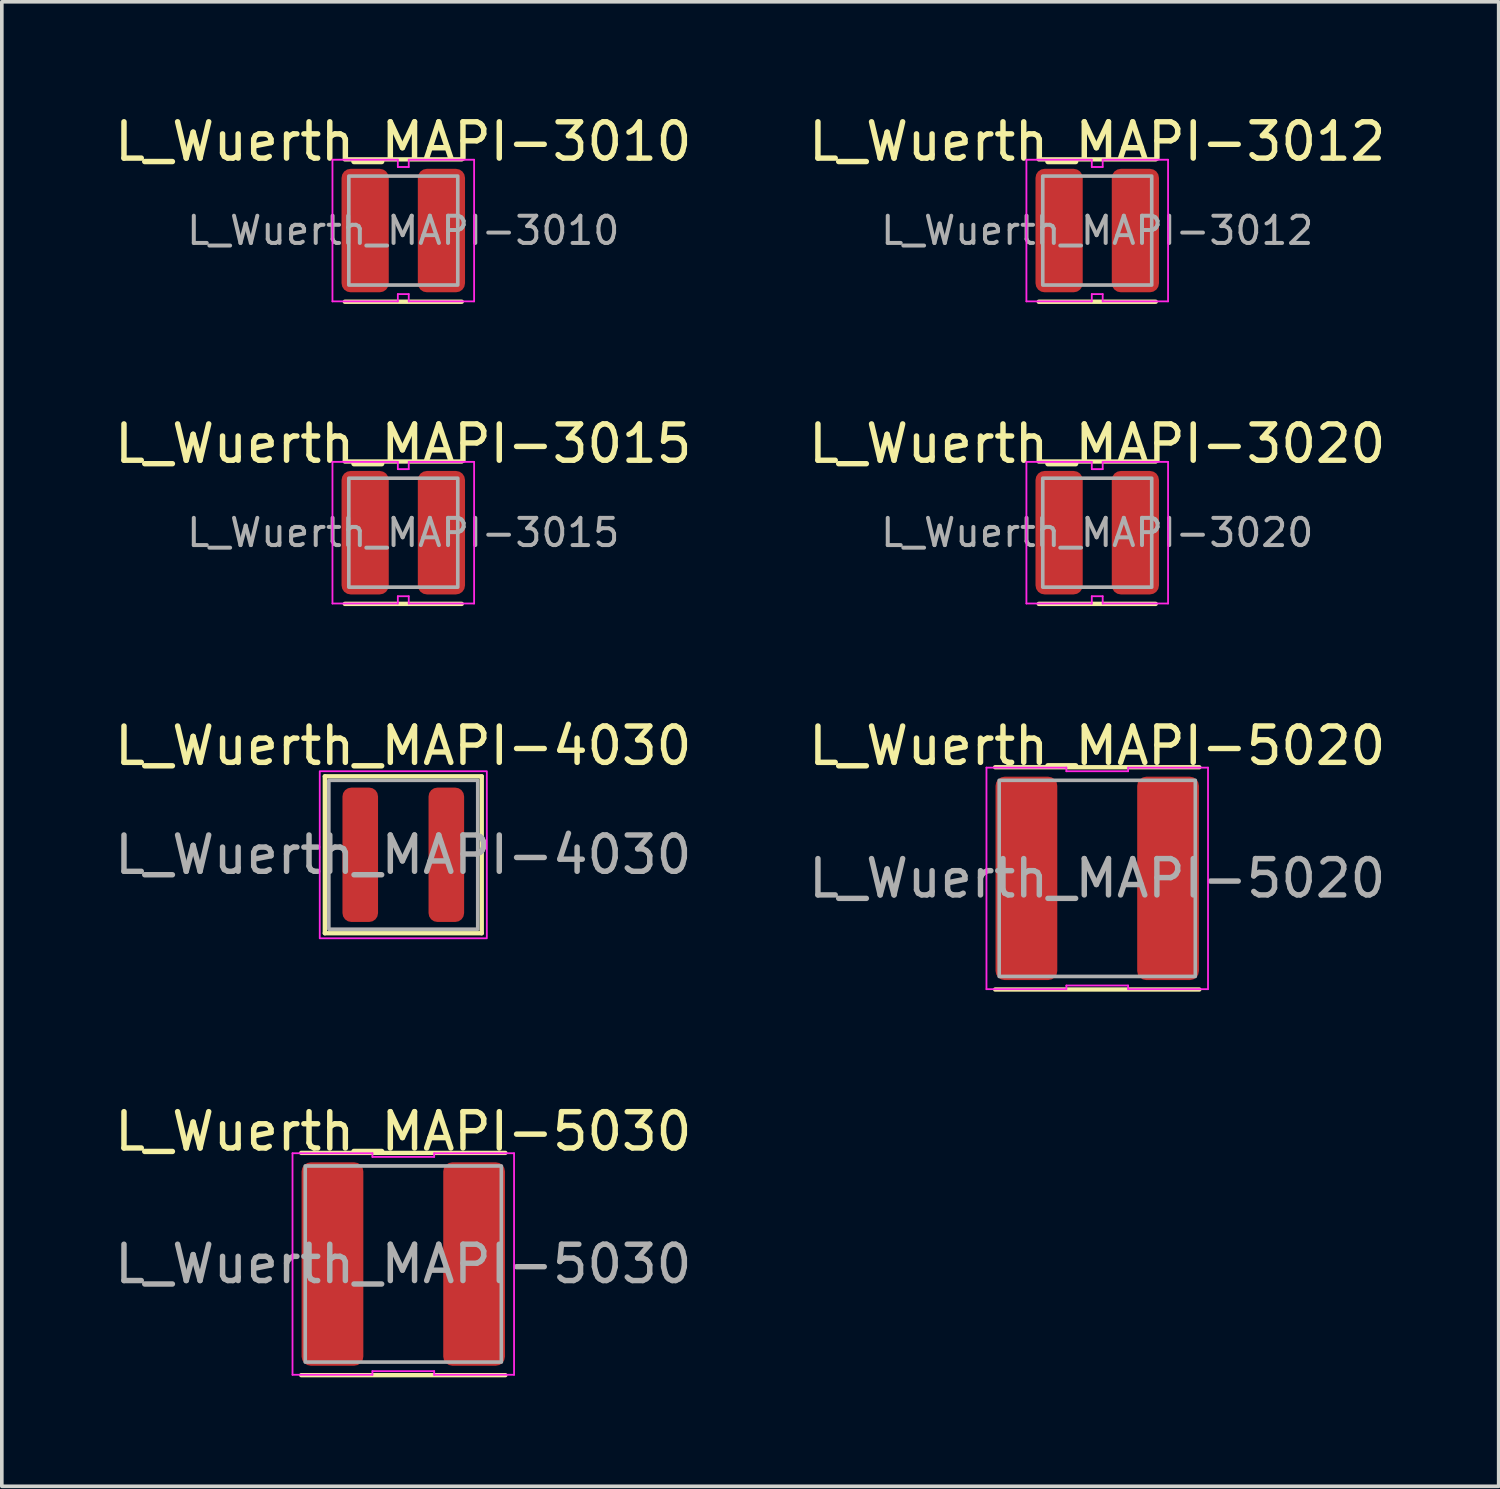
<source format=kicad_pcb>
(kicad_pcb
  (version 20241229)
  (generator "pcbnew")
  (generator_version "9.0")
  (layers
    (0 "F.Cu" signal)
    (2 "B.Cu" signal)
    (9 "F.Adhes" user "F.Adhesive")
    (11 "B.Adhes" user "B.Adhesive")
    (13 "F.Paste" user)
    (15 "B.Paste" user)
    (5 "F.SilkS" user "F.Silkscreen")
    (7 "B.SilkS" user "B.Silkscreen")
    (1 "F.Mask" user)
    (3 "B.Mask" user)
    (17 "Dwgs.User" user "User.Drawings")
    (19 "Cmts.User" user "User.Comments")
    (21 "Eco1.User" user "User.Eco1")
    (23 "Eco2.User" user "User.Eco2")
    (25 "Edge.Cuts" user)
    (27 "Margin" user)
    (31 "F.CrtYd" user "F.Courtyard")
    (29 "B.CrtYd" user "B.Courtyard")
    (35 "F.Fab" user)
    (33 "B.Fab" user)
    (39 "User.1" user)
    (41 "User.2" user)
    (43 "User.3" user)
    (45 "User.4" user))
  (footprint "L_Wuerth_MAPI-5030"
    (layer "F.Cu")
    (at 8.054 31.753)
    (property "Reference" "L_Wuerth_MAPI-5030" (at 0 -3.65 0) (layer "F.SilkS") (effects (font (size 1 1) (thickness 0.15))))
    (attr smd)
    (fp_line (start -2.81 -3.06) (end 2.81 -3.06) (stroke (width 0.12) (type solid)) (layer "F.SilkS"))
    (fp_line (start 2.81 3.06) (end -2.81 3.06) (stroke (width 0.12) (type solid)) (layer "F.SilkS"))
    (fp_line (start -3.05 -3.05) (end -0.85 -3.05) (stroke (width 0.05) (type solid)) (layer "F.CrtYd"))
    (fp_line (start -3.05 3.05) (end -3.05 -3.05) (stroke (width 0.05) (type solid)) (layer "F.CrtYd"))
    (fp_line (start -0.85 -3.05) (end -0.85 -2.95) (stroke (width 0.05) (type solid)) (layer "F.CrtYd"))
    (fp_line (start -0.85 -2.95) (end 0.85 -2.95) (stroke (width 0.05) (type solid)) (layer "F.CrtYd"))
    (fp_line (start -0.85 2.95) (end -0.85 3.05) (stroke (width 0.05) (type solid)) (layer "F.CrtYd"))
    (fp_line (start -0.85 3.05) (end -3.05 3.05) (stroke (width 0.05) (type solid)) (layer "F.CrtYd"))
    (fp_line (start 0.85 -3.05) (end 3.05 -3.05) (stroke (width 0.05) (type solid)) (layer "F.CrtYd"))
    (fp_line (start 0.85 -2.95) (end 0.85 -3.05) (stroke (width 0.05) (type solid)) (layer "F.CrtYd"))
    (fp_line (start 0.85 2.95) (end -0.85 2.95) (stroke (width 0.05) (type solid)) (layer "F.CrtYd"))
    (fp_line (start 0.85 3.05) (end 0.85 2.95) (stroke (width 0.05) (type solid)) (layer "F.CrtYd"))
    (fp_line (start 3.05 -3.05) (end 3.05 3.05) (stroke (width 0.05) (type solid)) (layer "F.CrtYd"))
    (fp_line (start 3.05 3.05) (end 0.85 3.05) (stroke (width 0.05) (type solid)) (layer "F.CrtYd"))
    (fp_rect (start -2.7 -2.7) (end 2.7 2.7) (stroke (width 0.1) (type solid)) (fill no) (layer "F.Fab"))
    (fp_text user "${REFERENCE}" (at 0 0 0) (layer "F.Fab") (effects (font (size 1 1) (thickness 0.15))))
    (pad "1" smd roundrect (at -1.95 0) (size 1.7 5.6) (layers "F.Cu" "F.Mask" "F.Paste") (roundrect_rratio 0.147))
    (pad "2" smd roundrect (at 1.95 0) (size 1.7 5.6) (layers "F.Cu" "F.Mask" "F.Paste") (roundrect_rratio 0.147)))
  (footprint "L_Wuerth_MAPI-5020"
    (layer "F.Cu")
    (at 27.161 21.135)
    (property "Reference" "L_Wuerth_MAPI-5020" (at 0 -3.65 0) (layer "F.SilkS") (effects (font (size 1 1) (thickness 0.15))))
    (attr smd)
    (fp_line (start -2.81 -3.06) (end 2.81 -3.06) (stroke (width 0.12) (type solid)) (layer "F.SilkS"))
    (fp_line (start 2.81 3.06) (end -2.81 3.06) (stroke (width 0.12) (type solid)) (layer "F.SilkS"))
    (fp_line (start -3.05 -3.05) (end -0.85 -3.05) (stroke (width 0.05) (type solid)) (layer "F.CrtYd"))
    (fp_line (start -3.05 3.05) (end -3.05 -3.05) (stroke (width 0.05) (type solid)) (layer "F.CrtYd"))
    (fp_line (start -0.85 -3.05) (end -0.85 -2.95) (stroke (width 0.05) (type solid)) (layer "F.CrtYd"))
    (fp_line (start -0.85 -2.95) (end 0.85 -2.95) (stroke (width 0.05) (type solid)) (layer "F.CrtYd"))
    (fp_line (start -0.85 2.95) (end -0.85 3.05) (stroke (width 0.05) (type solid)) (layer "F.CrtYd"))
    (fp_line (start -0.85 3.05) (end -3.05 3.05) (stroke (width 0.05) (type solid)) (layer "F.CrtYd"))
    (fp_line (start 0.85 -3.05) (end 3.05 -3.05) (stroke (width 0.05) (type solid)) (layer "F.CrtYd"))
    (fp_line (start 0.85 -2.95) (end 0.85 -3.05) (stroke (width 0.05) (type solid)) (layer "F.CrtYd"))
    (fp_line (start 0.85 2.95) (end -0.85 2.95) (stroke (width 0.05) (type solid)) (layer "F.CrtYd"))
    (fp_line (start 0.85 3.05) (end 0.85 2.95) (stroke (width 0.05) (type solid)) (layer "F.CrtYd"))
    (fp_line (start 3.05 -3.05) (end 3.05 3.05) (stroke (width 0.05) (type solid)) (layer "F.CrtYd"))
    (fp_line (start 3.05 3.05) (end 0.85 3.05) (stroke (width 0.05) (type solid)) (layer "F.CrtYd"))
    (fp_rect (start -2.7 -2.7) (end 2.7 2.7) (stroke (width 0.1) (type solid)) (fill no) (layer "F.Fab"))
    (fp_text user "${REFERENCE}" (at 0 0 0) (layer "F.Fab") (effects (font (size 1 1) (thickness 0.15))))
    (pad "1" smd roundrect (at -1.95 0) (size 1.7 5.6) (layers "F.Cu" "F.Mask" "F.Paste") (roundrect_rratio 0.147))
    (pad "2" smd roundrect (at 1.95 0) (size 1.7 5.6) (layers "F.Cu" "F.Mask" "F.Paste") (roundrect_rratio 0.147)))
  (footprint "L_Wuerth_MAPI-4030"
    (layer "F.Cu")
    (at 8.054 20.485)
    (property "Reference" "L_Wuerth_MAPI-4030" (at 0 -3 0) (layer "F.SilkS") (effects (font (size 1 1) (thickness 0.15))))
    (attr smd)
    (fp_line (start -2.16 -2.16) (end 2.16 -2.16) (stroke (width 0.12) (type solid)) (layer "F.SilkS"))
    (fp_line (start -2.16 2.16) (end -2.16 -2.16) (stroke (width 0.12) (type solid)) (layer "F.SilkS"))
    (fp_line (start 2.16 -2.16) (end 2.16 2.16) (stroke (width 0.12) (type solid)) (layer "F.SilkS"))
    (fp_line (start 2.16 2.16) (end -2.16 2.16) (stroke (width 0.12) (type solid)) (layer "F.SilkS"))
    (fp_rect (start -2.3 -2.3) (end 2.3 2.3) (stroke (width 0.05) (type solid)) (fill no) (layer "F.CrtYd"))
    (fp_rect (start -2.05 -2.05) (end 2.05 2.05) (stroke (width 0.1) (type solid)) (fill no) (layer "F.Fab"))
    (fp_text user "${REFERENCE}" (at 0 0 0) (layer "F.Fab") (effects (font (size 1 1) (thickness 0.15))))
    (pad "1" smd roundrect (at -1.185 0) (size 0.98 3.7) (layers "F.Cu" "F.Mask" "F.Paste") (roundrect_rratio 0.25))
    (pad "2" smd roundrect (at 1.185 0) (size 0.98 3.7) (layers "F.Cu" "F.Mask" "F.Paste") (roundrect_rratio 0.25)))
  (footprint "L_Wuerth_MAPI-3020"
    (layer "F.Cu")
    (at 27.161 11.617)
    (property "Reference" "L_Wuerth_MAPI-3020" (at 0 -2.45 0) (layer "F.SilkS") (effects (font (size 1 1) (thickness 0.15))))
    (attr smd)
    (fp_line (start -1.61 -1.96) (end 1.61 -1.96) (stroke (width 0.12) (type solid)) (layer "F.SilkS"))
    (fp_line (start 1.61 1.96) (end -1.61 1.96) (stroke (width 0.12) (type solid)) (layer "F.SilkS"))
    (fp_line (start -1.95 -1.95) (end -0.15 -1.95) (stroke (width 0.05) (type solid)) (layer "F.CrtYd"))
    (fp_line (start -1.95 1.95) (end -1.95 -1.95) (stroke (width 0.05) (type solid)) (layer "F.CrtYd"))
    (fp_line (start -0.15 -1.95) (end -0.15 -1.75) (stroke (width 0.05) (type solid)) (layer "F.CrtYd"))
    (fp_line (start -0.15 -1.75) (end 0.15 -1.75) (stroke (width 0.05) (type solid)) (layer "F.CrtYd"))
    (fp_line (start -0.15 1.75) (end -0.15 1.95) (stroke (width 0.05) (type solid)) (layer "F.CrtYd"))
    (fp_line (start -0.15 1.95) (end -1.95 1.95) (stroke (width 0.05) (type solid)) (layer "F.CrtYd"))
    (fp_line (start 0.15 -1.95) (end 1.95 -1.95) (stroke (width 0.05) (type solid)) (layer "F.CrtYd"))
    (fp_line (start 0.15 -1.75) (end 0.15 -1.95) (stroke (width 0.05) (type solid)) (layer "F.CrtYd"))
    (fp_line (start 0.15 1.75) (end -0.15 1.75) (stroke (width 0.05) (type solid)) (layer "F.CrtYd"))
    (fp_line (start 0.15 1.95) (end 0.15 1.75) (stroke (width 0.05) (type solid)) (layer "F.CrtYd"))
    (fp_line (start 1.95 -1.95) (end 1.95 1.95) (stroke (width 0.05) (type solid)) (layer "F.CrtYd"))
    (fp_line (start 1.95 1.95) (end 0.15 1.95) (stroke (width 0.05) (type solid)) (layer "F.CrtYd"))
    (fp_rect (start -1.5 -1.5) (end 1.5 1.5) (stroke (width 0.1) (type solid)) (fill no) (layer "F.Fab"))
    (fp_text user "${REFERENCE}" (at 0 0 0) (layer "F.Fab") (effects (font (size 0.75 0.75) (thickness 0.11))))
    (pad "1" smd roundrect (at -1.05 0) (size 1.3 3.4) (layers "F.Cu" "F.Mask" "F.Paste") (roundrect_rratio 0.192))
    (pad "2" smd roundrect (at 1.05 0) (size 1.3 3.4) (layers "F.Cu" "F.Mask" "F.Paste") (roundrect_rratio 0.192)))
  (footprint "L_Wuerth_MAPI-3010"
    (layer "F.Cu")
    (at 8.054 3.298)
    (property "Reference" "L_Wuerth_MAPI-3010" (at 0 -2.45 0) (layer "F.SilkS") (effects (font (size 1 1) (thickness 0.15))))
    (attr smd)
    (fp_line (start -1.61 -1.96) (end 1.61 -1.96) (stroke (width 0.12) (type solid)) (layer "F.SilkS"))
    (fp_line (start 1.61 1.96) (end -1.61 1.96) (stroke (width 0.12) (type solid)) (layer "F.SilkS"))
    (fp_line (start -1.95 -1.95) (end -0.15 -1.95) (stroke (width 0.05) (type solid)) (layer "F.CrtYd"))
    (fp_line (start -1.95 1.95) (end -1.95 -1.95) (stroke (width 0.05) (type solid)) (layer "F.CrtYd"))
    (fp_line (start -0.15 -1.95) (end -0.15 -1.75) (stroke (width 0.05) (type solid)) (layer "F.CrtYd"))
    (fp_line (start -0.15 -1.75) (end 0.15 -1.75) (stroke (width 0.05) (type solid)) (layer "F.CrtYd"))
    (fp_line (start -0.15 1.75) (end -0.15 1.95) (stroke (width 0.05) (type solid)) (layer "F.CrtYd"))
    (fp_line (start -0.15 1.95) (end -1.95 1.95) (stroke (width 0.05) (type solid)) (layer "F.CrtYd"))
    (fp_line (start 0.15 -1.95) (end 1.95 -1.95) (stroke (width 0.05) (type solid)) (layer "F.CrtYd"))
    (fp_line (start 0.15 -1.75) (end 0.15 -1.95) (stroke (width 0.05) (type solid)) (layer "F.CrtYd"))
    (fp_line (start 0.15 1.75) (end -0.15 1.75) (stroke (width 0.05) (type solid)) (layer "F.CrtYd"))
    (fp_line (start 0.15 1.95) (end 0.15 1.75) (stroke (width 0.05) (type solid)) (layer "F.CrtYd"))
    (fp_line (start 1.95 -1.95) (end 1.95 1.95) (stroke (width 0.05) (type solid)) (layer "F.CrtYd"))
    (fp_line (start 1.95 1.95) (end 0.15 1.95) (stroke (width 0.05) (type solid)) (layer "F.CrtYd"))
    (fp_rect (start -1.5 -1.5) (end 1.5 1.5) (stroke (width 0.1) (type solid)) (fill no) (layer "F.Fab"))
    (fp_text user "${REFERENCE}" (at 0 0 0) (layer "F.Fab") (effects (font (size 0.75 0.75) (thickness 0.11))))
    (pad "1" smd roundrect (at -1.05 0) (size 1.3 3.4) (layers "F.Cu" "F.Mask" "F.Paste") (roundrect_rratio 0.192))
    (pad "2" smd roundrect (at 1.05 0) (size 1.3 3.4) (layers "F.Cu" "F.Mask" "F.Paste") (roundrect_rratio 0.192)))
  (footprint "L_Wuerth_MAPI-3015"
    (layer "F.Cu")
    (at 8.054 11.617)
    (property "Reference" "L_Wuerth_MAPI-3015" (at 0 -2.45 0) (layer "F.SilkS") (effects (font (size 1 1) (thickness 0.15))))
    (attr smd)
    (fp_line (start -1.61 -1.96) (end 1.61 -1.96) (stroke (width 0.12) (type solid)) (layer "F.SilkS"))
    (fp_line (start 1.61 1.96) (end -1.61 1.96) (stroke (width 0.12) (type solid)) (layer "F.SilkS"))
    (fp_line (start -1.95 -1.95) (end -0.15 -1.95) (stroke (width 0.05) (type solid)) (layer "F.CrtYd"))
    (fp_line (start -1.95 1.95) (end -1.95 -1.95) (stroke (width 0.05) (type solid)) (layer "F.CrtYd"))
    (fp_line (start -0.15 -1.95) (end -0.15 -1.75) (stroke (width 0.05) (type solid)) (layer "F.CrtYd"))
    (fp_line (start -0.15 -1.75) (end 0.15 -1.75) (stroke (width 0.05) (type solid)) (layer "F.CrtYd"))
    (fp_line (start -0.15 1.75) (end -0.15 1.95) (stroke (width 0.05) (type solid)) (layer "F.CrtYd"))
    (fp_line (start -0.15 1.95) (end -1.95 1.95) (stroke (width 0.05) (type solid)) (layer "F.CrtYd"))
    (fp_line (start 0.15 -1.95) (end 1.95 -1.95) (stroke (width 0.05) (type solid)) (layer "F.CrtYd"))
    (fp_line (start 0.15 -1.75) (end 0.15 -1.95) (stroke (width 0.05) (type solid)) (layer "F.CrtYd"))
    (fp_line (start 0.15 1.75) (end -0.15 1.75) (stroke (width 0.05) (type solid)) (layer "F.CrtYd"))
    (fp_line (start 0.15 1.95) (end 0.15 1.75) (stroke (width 0.05) (type solid)) (layer "F.CrtYd"))
    (fp_line (start 1.95 -1.95) (end 1.95 1.95) (stroke (width 0.05) (type solid)) (layer "F.CrtYd"))
    (fp_line (start 1.95 1.95) (end 0.15 1.95) (stroke (width 0.05) (type solid)) (layer "F.CrtYd"))
    (fp_rect (start -1.5 -1.5) (end 1.5 1.5) (stroke (width 0.1) (type solid)) (fill no) (layer "F.Fab"))
    (fp_text user "${REFERENCE}" (at 0 0 0) (layer "F.Fab") (effects (font (size 0.75 0.75) (thickness 0.11))))
    (pad "1" smd roundrect (at -1.05 0) (size 1.3 3.4) (layers "F.Cu" "F.Mask" "F.Paste") (roundrect_rratio 0.192))
    (pad "2" smd roundrect (at 1.05 0) (size 1.3 3.4) (layers "F.Cu" "F.Mask" "F.Paste") (roundrect_rratio 0.192)))
  (footprint "L_Wuerth_MAPI-3012"
    (layer "F.Cu")
    (at 27.161 3.298)
    (property "Reference" "L_Wuerth_MAPI-3012" (at 0 -2.45 0) (layer "F.SilkS") (effects (font (size 1 1) (thickness 0.15))))
    (attr smd)
    (fp_line (start -1.61 -1.96) (end 1.61 -1.96) (stroke (width 0.12) (type solid)) (layer "F.SilkS"))
    (fp_line (start 1.61 1.96) (end -1.61 1.96) (stroke (width 0.12) (type solid)) (layer "F.SilkS"))
    (fp_line (start -1.95 -1.95) (end -0.15 -1.95) (stroke (width 0.05) (type solid)) (layer "F.CrtYd"))
    (fp_line (start -1.95 1.95) (end -1.95 -1.95) (stroke (width 0.05) (type solid)) (layer "F.CrtYd"))
    (fp_line (start -0.15 -1.95) (end -0.15 -1.75) (stroke (width 0.05) (type solid)) (layer "F.CrtYd"))
    (fp_line (start -0.15 -1.75) (end 0.15 -1.75) (stroke (width 0.05) (type solid)) (layer "F.CrtYd"))
    (fp_line (start -0.15 1.75) (end -0.15 1.95) (stroke (width 0.05) (type solid)) (layer "F.CrtYd"))
    (fp_line (start -0.15 1.95) (end -1.95 1.95) (stroke (width 0.05) (type solid)) (layer "F.CrtYd"))
    (fp_line (start 0.15 -1.95) (end 1.95 -1.95) (stroke (width 0.05) (type solid)) (layer "F.CrtYd"))
    (fp_line (start 0.15 -1.75) (end 0.15 -1.95) (stroke (width 0.05) (type solid)) (layer "F.CrtYd"))
    (fp_line (start 0.15 1.75) (end -0.15 1.75) (stroke (width 0.05) (type solid)) (layer "F.CrtYd"))
    (fp_line (start 0.15 1.95) (end 0.15 1.75) (stroke (width 0.05) (type solid)) (layer "F.CrtYd"))
    (fp_line (start 1.95 -1.95) (end 1.95 1.95) (stroke (width 0.05) (type solid)) (layer "F.CrtYd"))
    (fp_line (start 1.95 1.95) (end 0.15 1.95) (stroke (width 0.05) (type solid)) (layer "F.CrtYd"))
    (fp_rect (start -1.5 -1.5) (end 1.5 1.5) (stroke (width 0.1) (type solid)) (fill no) (layer "F.Fab"))
    (fp_text user "${REFERENCE}" (at 0 0 0) (layer "F.Fab") (effects (font (size 0.75 0.75) (thickness 0.11))))
    (pad "1" smd roundrect (at -1.05 0) (size 1.3 3.4) (layers "F.Cu" "F.Mask" "F.Paste") (roundrect_rratio 0.192))
    (pad "2" smd roundrect (at 1.05 0) (size 1.3 3.4) (layers "F.Cu" "F.Mask" "F.Paste") (roundrect_rratio 0.192)))
  (gr_rect
    (start -3 -3)
    (end 38.214 37.873)
    (stroke (width 0.1) (type default))
    (fill no)
    (layer "Edge.Cuts")))
</source>
